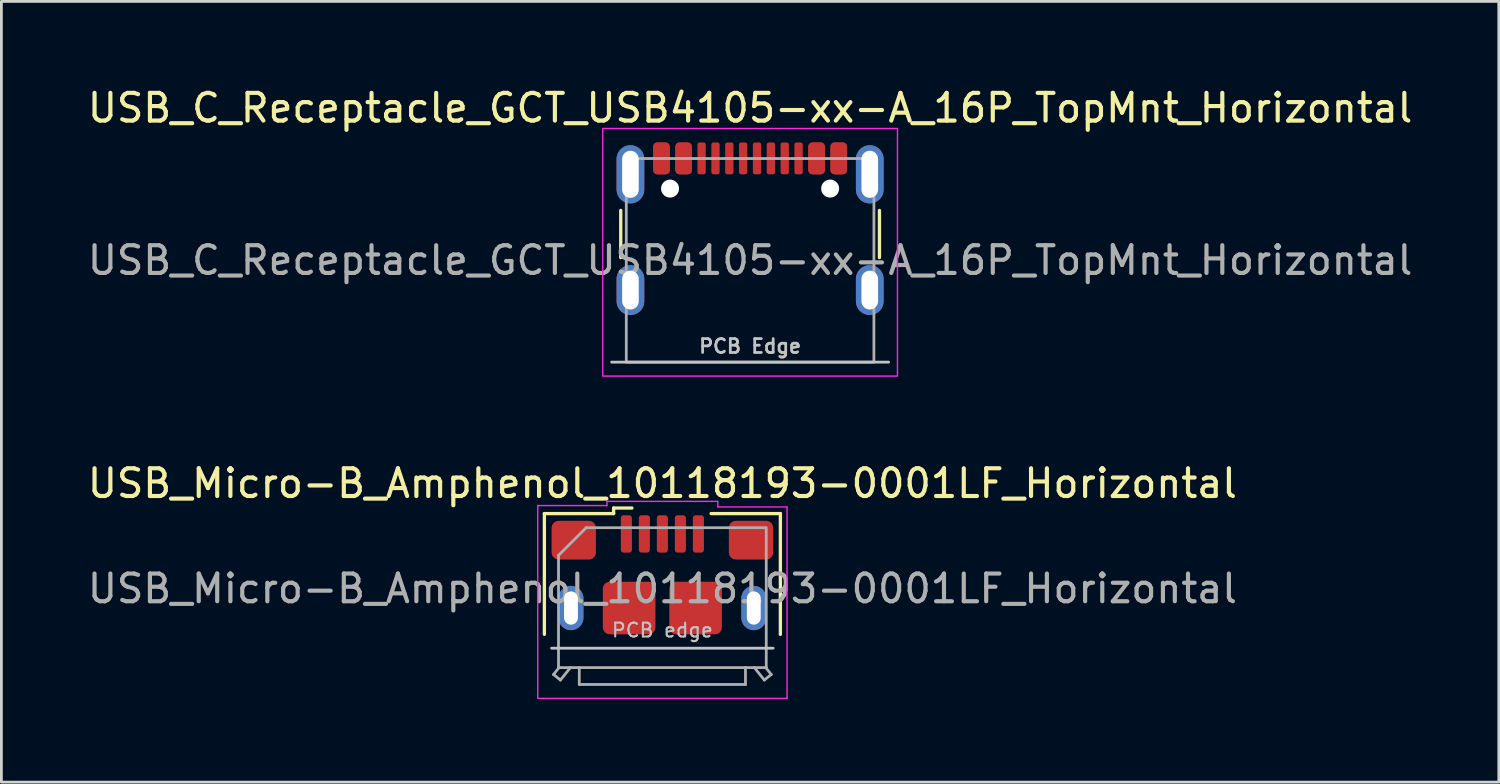
<source format=kicad_pcb>
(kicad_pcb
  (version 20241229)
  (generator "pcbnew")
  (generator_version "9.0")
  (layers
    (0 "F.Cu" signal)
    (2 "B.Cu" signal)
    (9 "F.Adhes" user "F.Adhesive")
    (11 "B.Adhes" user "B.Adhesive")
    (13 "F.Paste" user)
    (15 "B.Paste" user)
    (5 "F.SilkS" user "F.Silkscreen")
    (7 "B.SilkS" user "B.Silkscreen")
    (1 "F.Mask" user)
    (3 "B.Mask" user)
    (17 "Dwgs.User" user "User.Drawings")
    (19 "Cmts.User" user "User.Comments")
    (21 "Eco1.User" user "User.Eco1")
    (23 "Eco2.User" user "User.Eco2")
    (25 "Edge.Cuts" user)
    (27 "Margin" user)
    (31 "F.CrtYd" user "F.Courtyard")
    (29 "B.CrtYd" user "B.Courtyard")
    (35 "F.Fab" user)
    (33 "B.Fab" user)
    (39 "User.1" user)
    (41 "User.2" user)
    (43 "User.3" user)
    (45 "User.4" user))
  (footprint "USB_C_Receptacle_GCT_USB4105-xx-A_16P_TopMnt_Horizontal"
    (layer "F.Cu")
    (at 24.03 6.348)
    (property "Reference" "USB_C_Receptacle_GCT_USB4105-xx-A_16P_TopMnt_Horizontal" (at 0 -5.5 0) (unlocked yes) (layer "F.SilkS") (effects (font (size 1 1) (thickness 0.15))))
    (attr smd)
    (fp_line (start -4.67 -0.1) (end -4.67 -1.8) (stroke (width 0.12) (type solid)) (layer "F.SilkS"))
    (fp_line (start 4.67 -0.1) (end 4.67 -1.8) (stroke (width 0.12) (type solid)) (layer "F.SilkS"))
    (fp_line (start 5 3.675) (end -5 3.675) (stroke (width 0.1) (type solid)) (layer "Dwgs.User"))
    (fp_rect (start -5.32 -4.76) (end 5.32 4.18) (stroke (width 0.05) (type solid)) (fill no) (layer "F.CrtYd"))
    (fp_rect (start -4.47 -3.675) (end 4.47 3.675) (stroke (width 0.1) (type solid)) (fill no) (layer "F.Fab"))
    (fp_text user "PCB Edge" (at 0 3.1 0) (unlocked yes) (layer "Dwgs.User") (effects (font (size 0.5 0.5) (thickness 0.1))))
    (fp_text user "${REFERENCE}" (at 0 0 0) (unlocked yes) (layer "F.Fab") (effects (font (size 1 1) (thickness 0.15))))
    (pad "" np_thru_hole circle (at -2.89 -2.59) (size 0.65 0.65) (drill 0.65) (layers "*.Cu" "*.Mask"))
    (pad "" np_thru_hole circle (at 2.89 -2.59) (size 0.65 0.65) (drill 0.65) (layers "*.Cu" "*.Mask"))
    (pad "A1" smd roundrect (at -3.2 -3.68) (size 0.6 1.15) (layers "F.Cu" "F.Mask" "F.Paste") (roundrect_rratio 0.25))
    (pad "A4" smd roundrect (at -2.4 -3.68) (size 0.6 1.15) (layers "F.Cu" "F.Mask" "F.Paste") (roundrect_rratio 0.25))
    (pad "A5" smd roundrect (at -1.25 -3.68) (size 0.3 1.15) (layers "F.Cu" "F.Mask" "F.Paste") (roundrect_rratio 0.25))
    (pad "A6" smd roundrect (at -0.25 -3.68) (size 0.3 1.15) (layers "F.Cu" "F.Mask" "F.Paste") (roundrect_rratio 0.25))
    (pad "A7" smd roundrect (at 0.25 -3.68) (size 0.3 1.15) (layers "F.Cu" "F.Mask" "F.Paste") (roundrect_rratio 0.25))
    (pad "A8" smd roundrect (at 1.25 -3.68) (size 0.3 1.15) (layers "F.Cu" "F.Mask" "F.Paste") (roundrect_rratio 0.25))
    (pad "A9" smd roundrect (at 2.4 -3.68) (size 0.6 1.15) (layers "F.Cu" "F.Mask" "F.Paste") (roundrect_rratio 0.25))
    (pad "A12" smd roundrect (at 3.2 -3.68) (size 0.6 1.15) (layers "F.Cu" "F.Mask" "F.Paste") (roundrect_rratio 0.25))
    (pad "B1" smd roundrect (at 3.2 -3.68) (size 0.6 1.15) (layers "F.Cu" "F.Mask" "F.Paste") (roundrect_rratio 0.25))
    (pad "B4" smd roundrect (at 2.4 -3.68) (size 0.6 1.15) (layers "F.Cu" "F.Mask" "F.Paste") (roundrect_rratio 0.25))
    (pad "B5" smd roundrect (at 1.75 -3.68) (size 0.3 1.15) (layers "F.Cu" "F.Mask" "F.Paste") (roundrect_rratio 0.25))
    (pad "B6" smd roundrect (at 0.75 -3.68) (size 0.3 1.15) (layers "F.Cu" "F.Mask" "F.Paste") (roundrect_rratio 0.25))
    (pad "B7" smd roundrect (at -0.75 -3.68) (size 0.3 1.15) (layers "F.Cu" "F.Mask" "F.Paste") (roundrect_rratio 0.25))
    (pad "B8" smd roundrect (at -1.75 -3.68) (size 0.3 1.15) (layers "F.Cu" "F.Mask" "F.Paste") (roundrect_rratio 0.25))
    (pad "B9" smd roundrect (at -2.4 -3.68) (size 0.6 1.15) (layers "F.Cu" "F.Mask" "F.Paste") (roundrect_rratio 0.25))
    (pad "B12" smd roundrect (at -3.2 -3.68) (size 0.6 1.15) (layers "F.Cu" "F.Mask" "F.Paste") (roundrect_rratio 0.25))
    (pad "S1" thru_hole oval (at -4.32 -3.105) (size 1 2.1) (drill oval 0.6 1.7) (layers "*.Cu" "*.Mask" "F.Paste"))
    (pad "S1" thru_hole oval (at -4.32 1.075) (size 1 1.8) (drill oval 0.6 1.4) (layers "*.Cu" "*.Mask" "F.Paste"))
    (pad "S1" thru_hole oval (at 4.32 -3.105) (size 1 2.1) (drill oval 0.6 1.7) (layers "*.Cu" "*.Mask" "F.Paste"))
    (pad "S1" thru_hole oval (at 4.32 1.075) (size 1 1.8) (drill oval 0.6 1.4) (layers "*.Cu" "*.Mask" "F.Paste")))
  (footprint "USB_Micro-B_Amphenol_10118193-0001LF_Horizontal"
    (layer "F.Cu")
    (at 20.863 18.901)
    (property "Reference" "USB_Micro-B_Amphenol_10118193-0001LF_Horizontal" (at 0 -4.5 0) (layer "F.SilkS") (effects (font (size 1 1) (thickness 0.15))))
    (attr smd)
    (fp_line (start -4.26 -3.41) (end -4.26 0.95) (stroke (width 0.12) (type solid)) (layer "F.SilkS"))
    (fp_line (start -4.26 -3.41) (end -1.76 -3.41) (stroke (width 0.12) (type default)) (layer "F.SilkS"))
    (fp_line (start -1.76 -3.41) (end -1.76 -3.61) (stroke (width 0.12) (type default)) (layer "F.SilkS"))
    (fp_line (start -1.1 -3.61) (end -1.76 -3.61) (stroke (width 0.12) (type default)) (layer "F.SilkS"))
    (fp_line (start 1.76 -3.41) (end 4.26 -3.41) (stroke (width 0.12) (type default)) (layer "F.SilkS"))
    (fp_line (start 4.26 -3.41) (end 4.26 0.95) (stroke (width 0.12) (type solid)) (layer "F.SilkS"))
    (fp_line (start -4 1.45) (end 4 1.45) (stroke (width 0.1) (type solid)) (layer "Dwgs.User"))
    (fp_line (start -4.5 -3.7) (end -4.5 3.26) (stroke (width 0.05) (type solid)) (layer "F.CrtYd"))
    (fp_line (start -4.5 -3.7) (end -2 -3.7) (stroke (width 0.05) (type default)) (layer "F.CrtYd"))
    (fp_line (start -2 -3.85) (end 2 -3.85) (stroke (width 0.05) (type solid)) (layer "F.CrtYd"))
    (fp_line (start -2 -3.7) (end -2 -3.85) (stroke (width 0.05) (type default)) (layer "F.CrtYd"))
    (fp_line (start 2 -3.65) (end 2 -3.85) (stroke (width 0.05) (type default)) (layer "F.CrtYd"))
    (fp_line (start 4.5 -3.65) (end 2 -3.65) (stroke (width 0.05) (type default)) (layer "F.CrtYd"))
    (fp_line (start 4.5 3.26) (end -4.5 3.26) (stroke (width 0.05) (type solid)) (layer "F.CrtYd"))
    (fp_line (start 4.5 3.26) (end 4.5 -3.65) (stroke (width 0.05) (type solid)) (layer "F.CrtYd"))
    (fp_line (start -3.93 2.4) (end -3.68 2.6) (stroke (width 0.1) (type solid)) (layer "F.Fab"))
    (fp_line (start -3.75 -1.9) (end -3.75 2.15) (stroke (width 0.1) (type solid)) (layer "F.Fab"))
    (fp_line (start -3.75 -1.9) (end -2.75 -2.9) (stroke (width 0.1) (type default)) (layer "F.Fab"))
    (fp_line (start -3.75 2.15) (end 3.75 2.15) (stroke (width 0.1) (type solid)) (layer "F.Fab"))
    (fp_line (start -3.73 2.15) (end -3.93 2.4) (stroke (width 0.1) (type solid)) (layer "F.Fab"))
    (fp_line (start -3.32 2.15) (end -3.68 2.6) (stroke (width 0.1) (type solid)) (layer "F.Fab"))
    (fp_line (start -3 2.15) (end -3 2.76) (stroke (width 0.1) (type solid)) (layer "F.Fab"))
    (fp_line (start -3 2.76) (end 3 2.76) (stroke (width 0.1) (type solid)) (layer "F.Fab"))
    (fp_line (start 3 2.15) (end 3 2.76) (stroke (width 0.1) (type solid)) (layer "F.Fab"))
    (fp_line (start 3.32 2.15) (end 3.68 2.6) (stroke (width 0.1) (type solid)) (layer "F.Fab"))
    (fp_line (start 3.73 -2.9) (end -2.75 -2.9) (stroke (width 0.1) (type solid)) (layer "F.Fab"))
    (fp_line (start 3.73 2.15) (end 3.93 2.4) (stroke (width 0.1) (type solid)) (layer "F.Fab"))
    (fp_line (start 3.75 2.15) (end 3.75 -2.9) (stroke (width 0.1) (type solid)) (layer "F.Fab"))
    (fp_line (start 3.93 2.4) (end 3.68 2.6) (stroke (width 0.1) (type solid)) (layer "F.Fab"))
    (fp_text user "PCB edge" (at 0 0.8 0) (layer "Dwgs.User") (effects (font (size 0.5 0.5) (thickness 0.075))))
    (fp_text user "${REFERENCE}" (at 0 -0.7 0) (layer "F.Fab") (effects (font (size 1 1) (thickness 0.15))))
    (pad "1" smd roundrect (at -1.3 -2.675) (size 0.4 1.35) (layers "F.Cu" "F.Mask" "F.Paste") (roundrect_rratio 0.25))
    (pad "2" smd roundrect (at -0.65 -2.675) (size 0.4 1.35) (layers "F.Cu" "F.Mask" "F.Paste") (roundrect_rratio 0.25))
    (pad "3" smd roundrect (at 0 -2.675) (size 0.4 1.35) (layers "F.Cu" "F.Mask" "F.Paste") (roundrect_rratio 0.25))
    (pad "4" smd roundrect (at 0.65 -2.675) (size 0.4 1.35) (layers "F.Cu" "F.Mask" "F.Paste") (roundrect_rratio 0.25))
    (pad "5" smd roundrect (at 1.3 -2.675) (size 0.4 1.35) (layers "F.Cu" "F.Mask" "F.Paste") (roundrect_rratio 0.25))
    (pad "6" thru_hole oval (at -3.3 0 90) (size 1.6 0.9) (drill oval 1.2 0.5) (layers "*.Cu" "*.Mask" "F.Paste"))
    (pad "6" smd roundrect (at -3.2 -2.45) (size 1.6 1.4) (layers "F.Cu" "F.Mask" "F.Paste") (roundrect_rratio 0.179))
    (pad "6" smd roundrect (at -1.2 0) (size 1.9 1.9) (layers "F.Cu" "F.Mask" "F.Paste") (roundrect_rratio 0.132))
    (pad "6" smd roundrect (at 1.2 0) (size 1.9 1.9) (layers "F.Cu" "F.Mask" "F.Paste") (roundrect_rratio 0.132))
    (pad "6" smd roundrect (at 3.2 -2.45) (size 1.6 1.4) (layers "F.Cu" "F.Mask" "F.Paste") (roundrect_rratio 0.179))
    (pad "6" thru_hole oval (at 3.3 0 90) (size 1.6 0.9) (drill oval 1.2 0.5) (layers "*.Cu" "*.Mask" "F.Paste")))
  (gr_rect
    (start -3 -3)
    (end 51.06 25.186)
    (stroke (width 0.1) (type default))
    (fill no)
    (layer "Edge.Cuts")))
</source>
